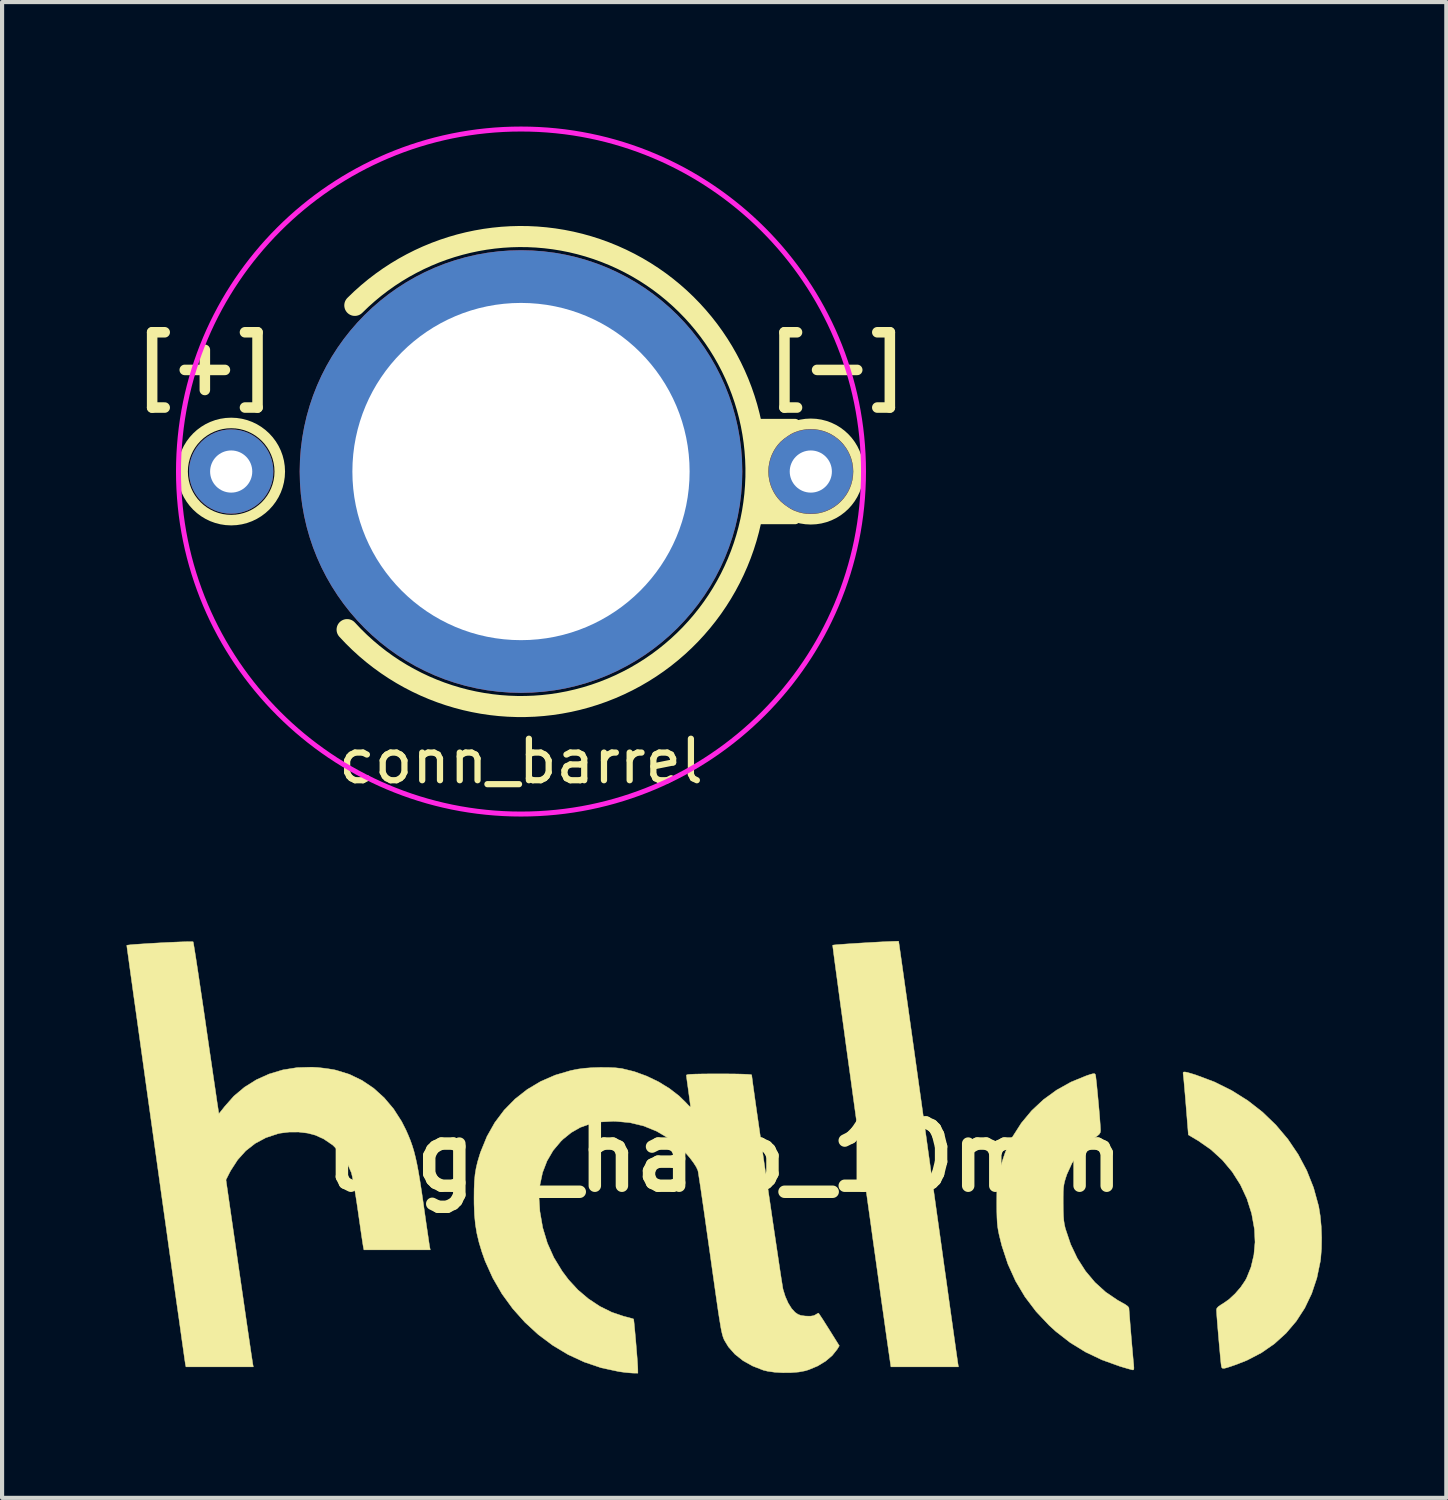
<source format=kicad_pcb>
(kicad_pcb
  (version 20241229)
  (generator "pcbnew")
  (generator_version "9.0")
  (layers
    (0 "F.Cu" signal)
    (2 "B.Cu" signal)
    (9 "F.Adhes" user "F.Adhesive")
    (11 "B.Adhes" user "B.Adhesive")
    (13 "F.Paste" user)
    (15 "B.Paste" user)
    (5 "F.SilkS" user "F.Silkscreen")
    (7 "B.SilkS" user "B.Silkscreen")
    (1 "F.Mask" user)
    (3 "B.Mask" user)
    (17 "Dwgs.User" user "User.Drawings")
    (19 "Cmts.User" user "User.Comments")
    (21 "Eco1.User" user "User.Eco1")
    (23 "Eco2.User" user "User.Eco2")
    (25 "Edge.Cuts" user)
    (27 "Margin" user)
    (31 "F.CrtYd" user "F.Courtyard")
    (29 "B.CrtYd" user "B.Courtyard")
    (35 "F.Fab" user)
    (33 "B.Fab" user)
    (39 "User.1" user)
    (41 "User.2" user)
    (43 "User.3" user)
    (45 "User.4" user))
  (footprint "logo_halo_10mm"
    (layer "F.Cu")
    (at 14.407 24.839)
    (property "Reference" "logo_halo_10mm" (at 0 0 0) (layer "F.SilkS") (effects (font (size 1.524 1.524) (thickness 0.3))))
    (attr through_hole)
    (fp_poly (pts (xy 11.163 -2.041) (xy 11.26 -2.013) (xy 11.372 -1.978) (xy 11.814 -1.812) (xy 12.23 -1.605) (xy 12.618 -1.362) (xy 12.974 -1.084) (xy 13.296 -0.773) (xy 13.583 -0.433) (xy 13.831 -0.066) (xy 14.039 0.325) (xy 14.203 0.738) (xy 14.322 1.171) (xy 14.327 1.19) (xy 14.363 1.416) (xy 14.387 1.672) (xy 14.397 1.942) (xy 14.393 2.207) (xy 14.374 2.447) (xy 14.365 2.513) (xy 14.282 2.914) (xy 14.157 3.289) (xy 13.99 3.638) (xy 13.784 3.956) (xy 13.539 4.244) (xy 13.259 4.498) (xy 12.945 4.716) (xy 12.597 4.897) (xy 12.344 4.997) (xy 12.208 5.044) (xy 12.112 5.075) (xy 12.05 5.091) (xy 12.012 5.091) (xy 11.992 5.076) (xy 11.982 5.047) (xy 11.978 5.023) (xy 11.971 4.971) (xy 11.962 4.878) (xy 11.95 4.754) (xy 11.937 4.607) (xy 11.922 4.446) (xy 11.908 4.281) (xy 11.894 4.119) (xy 11.882 3.971) (xy 11.872 3.844) (xy 11.866 3.747) (xy 11.863 3.69) (xy 11.862 3.683) (xy 11.872 3.642) (xy 11.907 3.603) (xy 11.975 3.556) (xy 12.017 3.531) (xy 12.164 3.429) (xy 12.311 3.292) (xy 12.447 3.135) (xy 12.557 2.973) (xy 12.587 2.918) (xy 12.695 2.65) (xy 12.764 2.357) (xy 12.792 2.05) (xy 12.778 1.74) (xy 12.71 1.361) (xy 12.596 1.002) (xy 12.439 0.665) (xy 12.241 0.353) (xy 12.004 0.07) (xy 11.73 -0.181) (xy 11.422 -0.396) (xy 11.403 -0.407) (xy 11.185 -0.536) (xy 11.128 -1.24) (xy 11.113 -1.426) (xy 11.098 -1.598) (xy 11.085 -1.749) (xy 11.074 -1.87) (xy 11.065 -1.956) (xy 11.06 -1.999) (xy 11.06 -2) (xy 11.057 -2.032) (xy 11.068 -2.05) (xy 11.102 -2.053) (xy 11.163 -2.041)) (stroke (width 0.01) (type solid)) (fill yes) (layer "F.SilkS"))
    (fp_poly (pts (xy 4.202 -5.202) (xy 4.206 -5.177) (xy 4.217 -5.103) (xy 4.234 -4.984) (xy 4.257 -4.822) (xy 4.286 -4.619) (xy 4.32 -4.378) (xy 4.359 -4.1) (xy 4.403 -3.789) (xy 4.451 -3.447) (xy 4.503 -3.076) (xy 4.559 -2.678) (xy 4.618 -2.257) (xy 4.68 -1.813) (xy 4.745 -1.351) (xy 4.812 -0.871) (xy 4.881 -0.377) (xy 4.912 -0.152) (xy 4.982 0.349) (xy 5.05 0.837) (xy 5.116 1.31) (xy 5.18 1.765) (xy 5.241 2.2) (xy 5.298 2.613) (xy 5.353 3.001) (xy 5.403 3.361) (xy 5.449 3.691) (xy 5.491 3.989) (xy 5.528 4.253) (xy 5.56 4.479) (xy 5.586 4.666) (xy 5.607 4.811) (xy 5.621 4.911) (xy 5.629 4.964) (xy 5.63 4.972) (xy 5.644 5.055) (xy 4.016 5.055) (xy 4 4.947) (xy 3.978 4.793) (xy 3.95 4.6) (xy 3.917 4.37) (xy 3.88 4.108) (xy 3.839 3.814) (xy 3.793 3.494) (xy 3.745 3.148) (xy 3.694 2.78) (xy 3.64 2.394) (xy 3.583 1.991) (xy 3.526 1.575) (xy 3.466 1.149) (xy 3.406 0.715) (xy 3.345 0.277) (xy 3.285 -0.163) (xy 3.224 -0.602) (xy 3.164 -1.036) (xy 3.105 -1.464) (xy 3.048 -1.882) (xy 2.992 -2.287) (xy 2.938 -2.677) (xy 2.888 -3.048) (xy 2.84 -3.398) (xy 2.795 -3.723) (xy 2.755 -4.021) (xy 2.719 -4.29) (xy 2.687 -4.525) (xy 2.66 -4.725) (xy 2.639 -4.886) (xy 2.624 -5.005) (xy 2.614 -5.08) (xy 2.612 -5.108) (xy 2.612 -5.108) (xy 2.64 -5.113) (xy 2.711 -5.12) (xy 2.817 -5.128) (xy 2.952 -5.138) (xy 3.107 -5.148) (xy 3.275 -5.159) (xy 3.449 -5.169) (xy 3.621 -5.179) (xy 3.784 -5.188) (xy 3.93 -5.195) (xy 4.052 -5.2) (xy 4.142 -5.203) (xy 4.194 -5.204) (xy 4.202 -5.202)) (stroke (width 0.01) (type solid)) (fill yes) (layer "F.SilkS"))
    (fp_poly (pts (xy 8.924 -2.012) (xy 8.94 -1.997) (xy 8.945 -1.986) (xy 8.952 -1.951) (xy 8.961 -1.873) (xy 8.974 -1.762) (xy 8.987 -1.625) (xy 9.002 -1.471) (xy 9.017 -1.308) (xy 9.032 -1.146) (xy 9.045 -0.992) (xy 9.055 -0.855) (xy 9.063 -0.743) (xy 9.067 -0.665) (xy 9.068 -0.643) (xy 9.062 -0.594) (xy 9.038 -0.553) (xy 8.986 -0.508) (xy 8.93 -0.47) (xy 8.721 -0.302) (xy 8.536 -0.094) (xy 8.38 0.146) (xy 8.259 0.411) (xy 8.226 0.508) (xy 8.203 0.586) (xy 8.187 0.659) (xy 8.176 0.738) (xy 8.17 0.834) (xy 8.168 0.958) (xy 8.168 1.118) (xy 8.17 1.289) (xy 8.175 1.422) (xy 8.183 1.528) (xy 8.197 1.618) (xy 8.216 1.705) (xy 8.225 1.736) (xy 8.348 2.102) (xy 8.509 2.44) (xy 8.705 2.746) (xy 8.933 3.018) (xy 9.192 3.253) (xy 9.478 3.447) (xy 9.562 3.494) (xy 9.665 3.552) (xy 9.727 3.597) (xy 9.752 3.634) (xy 9.753 3.644) (xy 9.756 3.685) (xy 9.762 3.768) (xy 9.771 3.885) (xy 9.782 4.026) (xy 9.795 4.184) (xy 9.809 4.349) (xy 9.823 4.514) (xy 9.837 4.67) (xy 9.849 4.808) (xy 9.859 4.919) (xy 9.867 4.995) (xy 9.868 5.01) (xy 9.873 5.088) (xy 9.864 5.124) (xy 9.85 5.13) (xy 9.814 5.122) (xy 9.74 5.102) (xy 9.64 5.073) (xy 9.535 5.042) (xy 9.104 4.887) (xy 8.707 4.698) (xy 8.339 4.472) (xy 7.995 4.205) (xy 7.829 4.054) (xy 7.516 3.722) (xy 7.247 3.367) (xy 7.02 2.986) (xy 6.835 2.577) (xy 6.69 2.138) (xy 6.624 1.873) (xy 6.603 1.771) (xy 6.588 1.676) (xy 6.578 1.575) (xy 6.572 1.458) (xy 6.568 1.314) (xy 6.567 1.132) (xy 6.567 1.105) (xy 6.568 0.926) (xy 6.57 0.786) (xy 6.575 0.676) (xy 6.583 0.585) (xy 6.596 0.502) (xy 6.614 0.415) (xy 6.635 0.329) (xy 6.673 0.19) (xy 6.718 0.043) (xy 6.763 -0.089) (xy 6.782 -0.141) (xy 6.95 -0.494) (xy 7.159 -0.821) (xy 7.407 -1.119) (xy 7.691 -1.385) (xy 8.009 -1.616) (xy 8.356 -1.81) (xy 8.73 -1.963) (xy 8.739 -1.966) (xy 8.834 -1.997) (xy 8.892 -2.012) (xy 8.924 -2.012)) (stroke (width 0.01) (type solid)) (fill yes) (layer "F.SilkS"))
    (fp_poly (pts (xy -12.815 -5.192) (xy -12.802 -5.189) (xy -12.795 -5.161) (xy -12.783 -5.087) (xy -12.764 -4.97) (xy -12.739 -4.814) (xy -12.71 -4.623) (xy -12.676 -4.401) (xy -12.639 -4.15) (xy -12.598 -3.876) (xy -12.554 -3.582) (xy -12.509 -3.272) (xy -12.486 -3.111) (xy -12.44 -2.795) (xy -12.396 -2.492) (xy -12.354 -2.209) (xy -12.316 -1.948) (xy -12.281 -1.712) (xy -12.251 -1.506) (xy -12.226 -1.334) (xy -12.205 -1.199) (xy -12.191 -1.105) (xy -12.183 -1.056) (xy -12.182 -1.049) (xy -12.166 -1.065) (xy -12.126 -1.113) (xy -12.07 -1.184) (xy -12.042 -1.22) (xy -11.82 -1.471) (xy -11.564 -1.686) (xy -11.278 -1.865) (xy -10.969 -2.004) (xy -10.639 -2.103) (xy -10.295 -2.158) (xy -9.941 -2.168) (xy -9.799 -2.16) (xy -9.664 -2.145) (xy -9.526 -2.126) (xy -9.406 -2.106) (xy -9.36 -2.096) (xy -9.036 -1.996) (xy -8.733 -1.85) (xy -8.452 -1.661) (xy -8.198 -1.431) (xy -7.972 -1.164) (xy -7.777 -0.86) (xy -7.674 -0.657) (xy -7.617 -0.528) (xy -7.566 -0.403) (xy -7.522 -0.278) (xy -7.481 -0.145) (xy -7.444 0.001) (xy -7.408 0.165) (xy -7.372 0.355) (xy -7.335 0.575) (xy -7.295 0.833) (xy -7.251 1.133) (xy -7.239 1.219) (xy -7.209 1.43) (xy -7.181 1.626) (xy -7.155 1.801) (xy -7.133 1.951) (xy -7.116 2.068) (xy -7.104 2.146) (xy -7.098 2.178) (xy -7.086 2.235) (xy -7.886 2.235) (xy -8.686 2.235) (xy -8.698 2.178) (xy -8.705 2.139) (xy -8.718 2.057) (xy -8.736 1.938) (xy -8.758 1.788) (xy -8.783 1.613) (xy -8.811 1.421) (xy -8.825 1.321) (xy -8.855 1.117) (xy -8.885 0.923) (xy -8.915 0.746) (xy -8.942 0.594) (xy -8.965 0.473) (xy -8.984 0.392) (xy -8.99 0.372) (xy -9.102 0.118) (xy -9.252 -0.103) (xy -9.436 -0.289) (xy -9.653 -0.437) (xy -9.855 -0.529) (xy -10.046 -0.579) (xy -10.263 -0.605) (xy -10.488 -0.604) (xy -10.704 -0.577) (xy -10.765 -0.563) (xy -11.052 -0.467) (xy -11.307 -0.33) (xy -11.533 -0.153) (xy -11.73 0.066) (xy -11.899 0.327) (xy -11.934 0.394) (xy -12.011 0.547) (xy -11.697 2.718) (xy -11.649 3.046) (xy -11.603 3.361) (xy -11.56 3.659) (xy -11.52 3.936) (xy -11.483 4.188) (xy -11.45 4.412) (xy -11.422 4.604) (xy -11.399 4.76) (xy -11.381 4.876) (xy -11.37 4.949) (xy -11.367 4.972) (xy -11.351 5.055) (xy -12.975 5.055) (xy -12.99 4.985) (xy -12.994 4.954) (xy -13.006 4.876) (xy -13.023 4.754) (xy -13.046 4.591) (xy -13.075 4.389) (xy -13.108 4.151) (xy -13.146 3.881) (xy -13.189 3.581) (xy -13.235 3.255) (xy -13.284 2.904) (xy -13.336 2.533) (xy -13.391 2.143) (xy -13.447 1.738) (xy -13.506 1.322) (xy -13.566 0.895) (xy -13.626 0.463) (xy -13.687 0.026) (xy -13.748 -0.41) (xy -13.809 -0.845) (xy -13.869 -1.274) (xy -13.928 -1.695) (xy -13.985 -2.105) (xy -14.04 -2.5) (xy -14.093 -2.879) (xy -14.143 -3.238) (xy -14.19 -3.575) (xy -14.234 -3.885) (xy -14.273 -4.168) (xy -14.308 -4.418) (xy -14.338 -4.635) (xy -14.362 -4.813) (xy -14.382 -4.952) (xy -14.395 -5.048) (xy -14.401 -5.097) (xy -14.402 -5.104) (xy -14.378 -5.11) (xy -14.31 -5.118) (xy -14.207 -5.127) (xy -14.074 -5.136) (xy -13.921 -5.146) (xy -13.754 -5.156) (xy -13.58 -5.166) (xy -13.407 -5.175) (xy -13.243 -5.182) (xy -13.094 -5.188) (xy -12.968 -5.192) (xy -12.873 -5.193) (xy -12.815 -5.192)) (stroke (width 0.01) (type solid)) (fill yes) (layer "F.SilkS"))
    (fp_poly (pts (xy -2.799 -2.161) (xy -2.624 -2.153) (xy -2.482 -2.137) (xy -2.465 -2.134) (xy -2.168 -2.061) (xy -1.871 -1.953) (xy -1.586 -1.816) (xy -1.322 -1.654) (xy -1.089 -1.474) (xy -0.929 -1.318) (xy -0.872 -1.257) (xy -0.83 -1.218) (xy -0.813 -1.21) (xy -0.813 -1.211) (xy -0.816 -1.243) (xy -0.826 -1.316) (xy -0.84 -1.419) (xy -0.857 -1.544) (xy -0.863 -1.588) (xy -0.881 -1.719) (xy -0.897 -1.832) (xy -0.908 -1.919) (xy -0.914 -1.968) (xy -0.914 -1.975) (xy -0.903 -1.984) (xy -0.868 -1.992) (xy -0.804 -1.997) (xy -0.708 -2.001) (xy -0.574 -2.004) (xy -0.399 -2.006) (xy -0.178 -2.007) (xy -0.127 -2.007) (xy 0.1 -2.006) (xy 0.294 -2.004) (xy 0.45 -2) (xy 0.565 -1.995) (xy 0.637 -1.989) (xy 0.66 -1.982) (xy 0.664 -1.947) (xy 0.675 -1.865) (xy 0.691 -1.741) (xy 0.714 -1.58) (xy 0.741 -1.385) (xy 0.773 -1.16) (xy 0.809 -0.911) (xy 0.848 -0.64) (xy 0.89 -0.352) (xy 0.933 -0.051) (xy 0.978 0.259) (xy 1.024 0.573) (xy 1.07 0.887) (xy 1.116 1.198) (xy 1.16 1.5) (xy 1.203 1.791) (xy 1.244 2.066) (xy 1.282 2.32) (xy 1.316 2.549) (xy 1.346 2.75) (xy 1.372 2.918) (xy 1.393 3.048) (xy 1.407 3.138) (xy 1.415 3.182) (xy 1.415 3.183) (xy 1.469 3.357) (xy 1.539 3.516) (xy 1.621 3.648) (xy 1.707 3.742) (xy 1.709 3.743) (xy 1.776 3.789) (xy 1.844 3.815) (xy 1.936 3.828) (xy 1.969 3.831) (xy 2.078 3.833) (xy 2.153 3.821) (xy 2.196 3.8) (xy 2.244 3.771) (xy 2.27 3.759) (xy 2.286 3.78) (xy 2.324 3.837) (xy 2.381 3.923) (xy 2.45 4.033) (xy 2.526 4.153) (xy 2.772 4.547) (xy 2.719 4.634) (xy 2.6 4.783) (xy 2.441 4.918) (xy 2.25 5.034) (xy 2.037 5.123) (xy 1.95 5.15) (xy 1.797 5.179) (xy 1.612 5.194) (xy 1.413 5.196) (xy 1.218 5.185) (xy 1.043 5.16) (xy 0.94 5.135) (xy 0.681 5.034) (xy 0.451 4.905) (xy 0.256 4.75) (xy 0.1 4.574) (xy 0.003 4.414) (xy -0.012 4.382) (xy -0.025 4.347) (xy -0.039 4.306) (xy -0.052 4.255) (xy -0.067 4.191) (xy -0.083 4.109) (xy -0.1 4.006) (xy -0.121 3.879) (xy -0.145 3.724) (xy -0.172 3.538) (xy -0.204 3.316) (xy -0.241 3.055) (xy -0.284 2.752) (xy -0.333 2.403) (xy -0.342 2.337) (xy -0.386 2.028) (xy -0.428 1.733) (xy -0.467 1.454) (xy -0.504 1.197) (xy -0.538 0.965) (xy -0.567 0.763) (xy -0.593 0.594) (xy -0.613 0.463) (xy -0.627 0.373) (xy -0.635 0.329) (xy -0.635 0.328) (xy -0.672 0.244) (xy -0.739 0.138) (xy -0.828 0.019) (xy -0.931 -0.101) (xy -1.04 -0.212) (xy -1.055 -0.225) (xy -1.334 -0.448) (xy -1.63 -0.624) (xy -1.943 -0.751) (xy -2.273 -0.831) (xy -2.619 -0.863) (xy -2.679 -0.864) (xy -2.975 -0.848) (xy -3.237 -0.8) (xy -3.472 -0.716) (xy -3.687 -0.593) (xy -3.888 -0.431) (xy -3.938 -0.382) (xy -4.126 -0.159) (xy -4.273 0.093) (xy -4.38 0.371) (xy -4.444 0.672) (xy -4.465 0.994) (xy -4.445 1.307) (xy -4.376 1.703) (xy -4.264 2.073) (xy -4.108 2.421) (xy -3.906 2.752) (xy -3.751 2.958) (xy -3.527 3.201) (xy -3.273 3.416) (xy -2.999 3.597) (xy -2.712 3.739) (xy -2.422 3.837) (xy -2.413 3.839) (xy -2.315 3.864) (xy -2.238 3.885) (xy -2.193 3.899) (xy -2.187 3.902) (xy -2.182 3.928) (xy -2.174 3.997) (xy -2.164 4.1) (xy -2.152 4.228) (xy -2.139 4.372) (xy -2.126 4.524) (xy -2.114 4.676) (xy -2.102 4.819) (xy -2.093 4.944) (xy -2.087 5.043) (xy -2.084 5.108) (xy -2.084 5.112) (xy -2.083 5.207) (xy -2.203 5.205) (xy -2.286 5.199) (xy -2.398 5.188) (xy -2.518 5.172) (xy -2.548 5.167) (xy -2.968 5.077) (xy -3.375 4.939) (xy -3.766 4.758) (xy -4.137 4.535) (xy -4.485 4.275) (xy -4.807 3.979) (xy -5.1 3.651) (xy -5.359 3.295) (xy -5.581 2.912) (xy -5.764 2.506) (xy -5.84 2.292) (xy -5.911 2.058) (xy -5.963 1.84) (xy -5.999 1.623) (xy -6.021 1.393) (xy -6.031 1.136) (xy -6.032 0.991) (xy -6.03 0.765) (xy -6.022 0.577) (xy -6.007 0.415) (xy -5.982 0.265) (xy -5.947 0.115) (xy -5.898 -0.048) (xy -5.868 -0.137) (xy -5.72 -0.499) (xy -5.532 -0.832) (xy -5.306 -1.133) (xy -5.044 -1.4) (xy -4.75 -1.631) (xy -4.426 -1.824) (xy -4.074 -1.977) (xy -3.696 -2.088) (xy -3.524 -2.122) (xy -3.37 -2.142) (xy -3.187 -2.156) (xy -2.992 -2.162) (xy -2.799 -2.161)) (stroke (width 0.01) (type solid)) (fill yes) (layer "F.SilkS")))
  (footprint "conn_barrel"
    (layer "F.Cu")
    (at 9.507 8.315)
    (property "Reference" "conn_barrel" (at 0 6.985 0) (layer "F.SilkS") (effects (font (size 1 1) (thickness 0.15))))
    (attr through_hole)
    (fp_arc (start -4.005124 -4.004942) (mid 5.662371 0.134678) (end -4.191 3.809999) (stroke (width 0.508) (type solid)) (layer "F.SilkS"))
    (fp_circle (center -6.985 0) (end -5.842 -0.254) (stroke (width 0.254) (type solid)) (fill no) (layer "F.SilkS"))
    (fp_circle (center 6.985 0) (end 8.128 -0.127) (stroke (width 0.254) (type solid)) (fill no) (layer "F.SilkS"))
    (fp_poly (pts (xy 6.604 -1.143) (xy 5.715 -0.508) (xy 5.715 0.508) (xy 6.604 1.143) (xy 6.985 1.143) (xy 5.588 1.143) (xy 5.588 -1.143) (xy 6.985 -1.143)) (stroke (width 0.254) (type solid)) (fill yes) (layer "F.SilkS"))
    (fp_circle (center 0 0) (end 8.255 0) (stroke (width 0.12) (type solid)) (fill no) (layer "F.CrtYd"))
    (fp_text user "[+]" (at -7.62 -2.54 0) (layer "F.SilkS") (effects (font (size 1.27 1.27) (thickness 0.254))))
    (fp_text user "[-]" (at 7.62 -2.54 0) (layer "F.SilkS") (effects (font (size 1.27 1.27) (thickness 0.254))))
    (pad "1" thru_hole circle (at -6.985 0) (size 2.032 2.032) (drill 1.016) (layers "*.Cu" "*.Mask"))
    (pad "2" thru_hole circle (at 0 0) (size 10.668 10.668) (drill 8.128) (layers "*.Cu" "*.Mask"))
    (pad "2" thru_hole circle (at 6.985 0) (size 2.032 2.032) (drill 1.016) (layers "*.Cu" "*.Mask")))
  (gr_rect
    (start -3 -3)
    (end 31.809 33.051)
    (stroke (width 0.1) (type default))
    (fill no)
    (layer "Edge.Cuts")))
</source>
